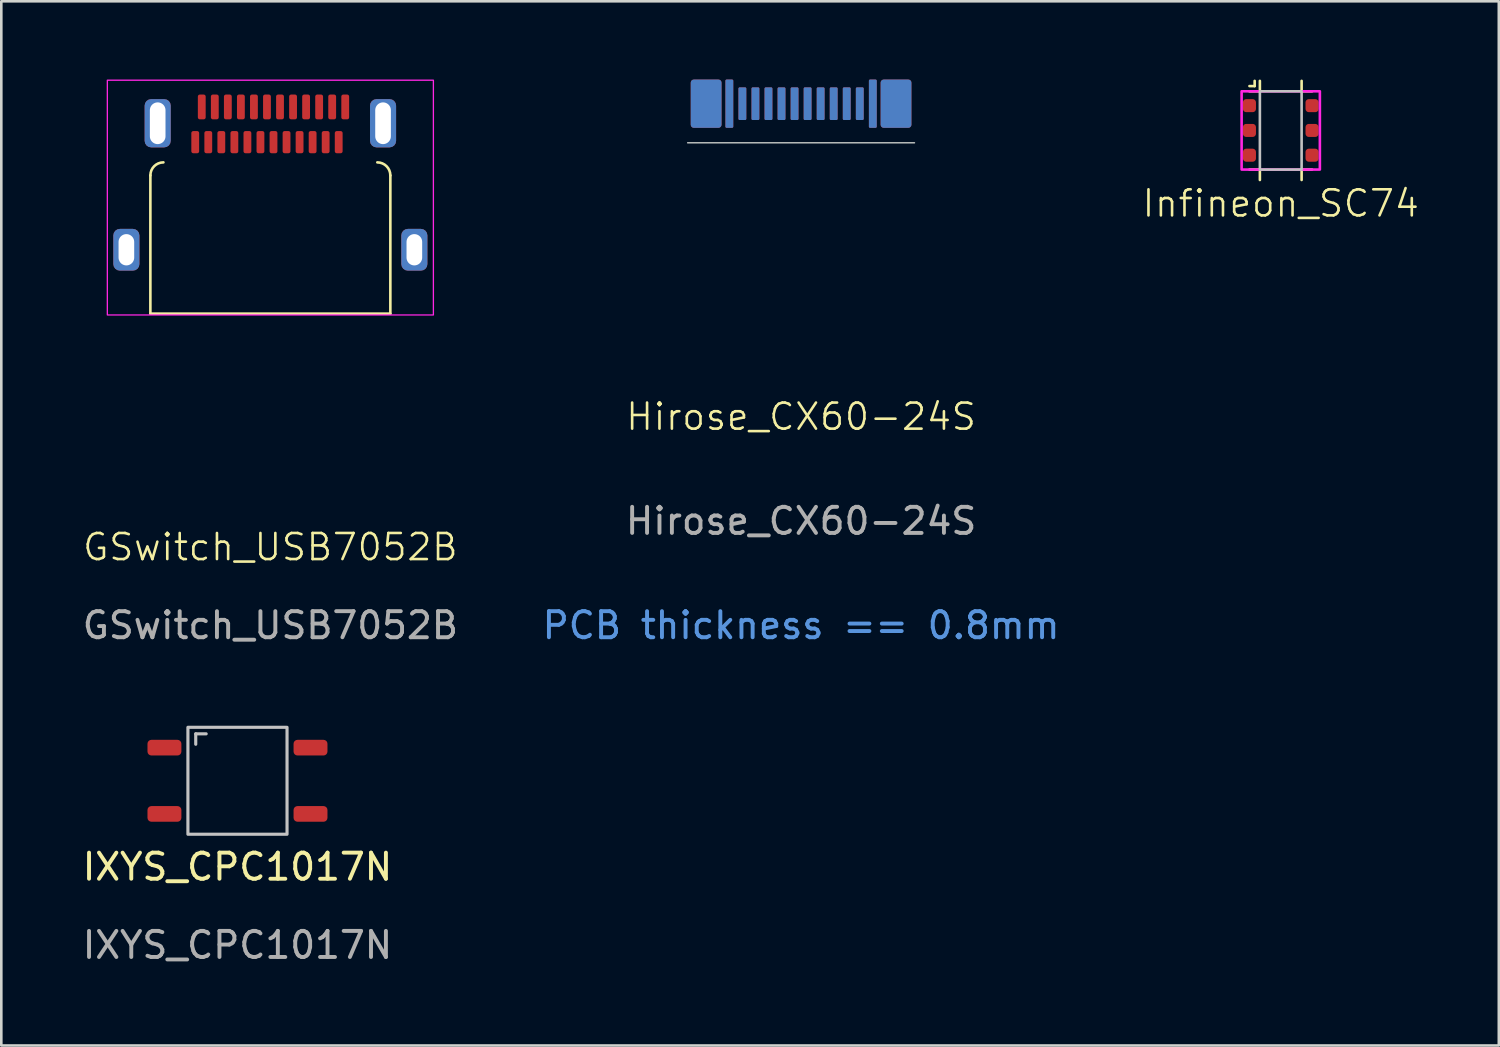
<source format=kicad_pcb>
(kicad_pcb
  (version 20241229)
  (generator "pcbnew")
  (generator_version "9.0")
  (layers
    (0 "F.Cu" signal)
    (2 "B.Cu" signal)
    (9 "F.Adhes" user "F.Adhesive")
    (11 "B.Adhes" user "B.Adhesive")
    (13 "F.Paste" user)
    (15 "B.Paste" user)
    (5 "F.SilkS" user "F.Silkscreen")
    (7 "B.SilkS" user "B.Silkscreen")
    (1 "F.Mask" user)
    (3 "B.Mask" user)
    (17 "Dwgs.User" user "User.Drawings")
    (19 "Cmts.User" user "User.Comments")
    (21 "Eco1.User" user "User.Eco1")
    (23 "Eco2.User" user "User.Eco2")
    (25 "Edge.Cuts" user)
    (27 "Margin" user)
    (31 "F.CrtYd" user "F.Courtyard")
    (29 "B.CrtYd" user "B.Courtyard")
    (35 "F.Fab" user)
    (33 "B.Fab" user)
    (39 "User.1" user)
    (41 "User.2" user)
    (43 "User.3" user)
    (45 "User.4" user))
  (footprint "Hirose_CX60-24S"
    (layer "F.Cu")
    (at 27.661 0.925)
    (property "Reference" "Hirose_CX60-24S" (at 0 12 0) (unlocked yes) (layer "F.SilkS") (effects (font (size 1 1) (thickness 0.1))))
    (attr smd)
    (fp_line (start -4.35 1.5) (end 4.35 1.5) (stroke (width 0.05) (type default)) (layer "Edge.Cuts"))
    (fp_text user "PCB thickness == 0.8mm" (at 0 20 0) (unlocked yes) (layer "Cmts.User") (effects (font (size 1 1) (thickness 0.15))))
    (fp_text user "${REFERENCE}" (at 0 16 0) (unlocked yes) (layer "F.Fab") (effects (font (size 1 1) (thickness 0.15))))
    (pad "A1" smd roundrect (at 2.75 0 90) (size 1.85 0.3) (layers "F.Cu" "F.Mask" "F.Paste") (roundrect_rratio 0.15))
    (pad "A2" smd roundrect (at 2.25 0 90) (size 1.25 0.3) (layers "F.Cu" "F.Mask" "F.Paste") (roundrect_rratio 0.15))
    (pad "A3" smd roundrect (at 1.75 0 90) (size 1.25 0.3) (layers "F.Cu" "F.Mask" "F.Paste") (roundrect_rratio 0.15))
    (pad "A4" smd roundrect (at 1.25 0 90) (size 1.25 0.3) (layers "F.Cu" "F.Mask" "F.Paste") (roundrect_rratio 0.15))
    (pad "A5" smd roundrect (at 0.75 0 90) (size 1.25 0.3) (layers "F.Cu" "F.Mask" "F.Paste") (roundrect_rratio 0.15))
    (pad "A6" smd roundrect (at 0.25 0 90) (size 1.25 0.3) (layers "F.Cu" "F.Mask" "F.Paste") (roundrect_rratio 0.15))
    (pad "A7" smd roundrect (at -0.25 0 90) (size 1.25 0.3) (layers "F.Cu" "F.Mask" "F.Paste") (roundrect_rratio 0.15))
    (pad "A8" smd roundrect (at -0.75 0 90) (size 1.25 0.3) (layers "F.Cu" "F.Mask" "F.Paste") (roundrect_rratio 0.15))
    (pad "A9" smd roundrect (at -1.25 0 90) (size 1.25 0.3) (layers "F.Cu" "F.Mask" "F.Paste") (roundrect_rratio 0.15))
    (pad "A10" smd roundrect (at -1.75 0 90) (size 1.25 0.3) (layers "F.Cu" "F.Mask" "F.Paste") (roundrect_rratio 0.15))
    (pad "A11" smd roundrect (at -2.25 0 90) (size 1.25 0.3) (layers "F.Cu" "F.Mask" "F.Paste") (roundrect_rratio 0.15))
    (pad "A12" smd roundrect (at -2.75 0 90) (size 1.85 0.3) (layers "F.Cu" "F.Mask" "F.Paste") (roundrect_rratio 0.15))
    (pad "B1" smd roundrect (at -2.75 0 270) (size 1.85 0.3) (layers "B.Cu" "B.Mask" "B.Paste") (roundrect_rratio 0.15))
    (pad "B2" smd roundrect (at -2.25 0 270) (size 1.25 0.3) (layers "B.Cu" "B.Mask" "B.Paste") (roundrect_rratio 0.15))
    (pad "B3" smd roundrect (at -1.75 0 270) (size 1.25 0.3) (layers "B.Cu" "B.Mask" "B.Paste") (roundrect_rratio 0.15))
    (pad "B4" smd roundrect (at -1.25 0 270) (size 1.25 0.3) (layers "B.Cu" "B.Mask" "B.Paste") (roundrect_rratio 0.15))
    (pad "B5" smd roundrect (at -0.75 0 270) (size 1.25 0.3) (layers "B.Cu" "B.Mask" "B.Paste") (roundrect_rratio 0.15))
    (pad "B6" smd roundrect (at -0.25 0 270) (size 1.25 0.3) (layers "B.Cu" "B.Mask" "B.Paste") (roundrect_rratio 0.15))
    (pad "B7" smd roundrect (at 0.25 0 270) (size 1.25 0.3) (layers "B.Cu" "B.Mask" "B.Paste") (roundrect_rratio 0.15))
    (pad "B8" smd roundrect (at 0.75 0 270) (size 1.25 0.3) (layers "B.Cu" "B.Mask" "B.Paste") (roundrect_rratio 0.15))
    (pad "B9" smd roundrect (at 1.25 0 270) (size 1.25 0.3) (layers "B.Cu" "B.Mask" "B.Paste") (roundrect_rratio 0.15))
    (pad "B10" smd roundrect (at 1.75 0 270) (size 1.25 0.3) (layers "B.Cu" "B.Mask" "B.Paste") (roundrect_rratio 0.15))
    (pad "B11" smd roundrect (at 2.25 0 270) (size 1.25 0.3) (layers "B.Cu" "B.Mask" "B.Paste") (roundrect_rratio 0.15))
    (pad "B12" smd roundrect (at 2.75 0 270) (size 1.85 0.3) (layers "B.Cu" "B.Mask" "B.Paste") (roundrect_rratio 0.15))
    (pad "S1" smd roundrect (at -3.64 0 90) (size 1.85 1.18) (layers "F.Cu" "F.Mask" "F.Paste") (roundrect_rratio 0.1))
    (pad "S1" smd roundrect (at -3.64 0 270) (size 1.85 1.18) (layers "B.Cu" "B.Mask" "B.Paste") (roundrect_rratio 0.1))
    (pad "S1" smd roundrect (at 3.64 0 90) (size 1.85 1.18) (layers "F.Cu" "F.Mask" "F.Paste") (roundrect_rratio 0.1))
    (pad "S1" smd roundrect (at 3.64 0 270) (size 1.85 1.18) (layers "B.Cu" "B.Mask" "B.Paste") (roundrect_rratio 0.1))
    (zone (net_name "") (layer "Edge.Cuts") (name "ConnectorBody") (hatch edge 0.5) (connect_pads) (min_thickness 0.25) (filled_areas_thickness no) (keepout (tracks not_allowed) (vias not_allowed) (pads not_allowed) (copperpour not_allowed) (footprints not_allowed)) (placement (enabled no)) (fill) (polygon (pts (xy 31.661 2.425) (xy 31.661 10.925) (xy 23.661 10.925) (xy 23.661 2.425)))))
  (footprint "GSwitch_USB7052B"
    (layer "F.Cu")
    (at 7.315 6.525)
    (property "Reference" "GSwitch_USB7052B" (at 0 11.4 0) (unlocked yes) (layer "F.SilkS") (effects (font (size 1 1) (thickness 0.1))))
    (attr through_hole)
    (fp_line (start -4.6 2.45) (end -4.6 -2.85) (stroke (width 0.1) (type default)) (layer "F.SilkS"))
    (fp_line (start 4.6 -2.85) (end 4.6 2.45) (stroke (width 0.1) (type default)) (layer "F.SilkS"))
    (fp_line (start 4.6 2.45) (end -4.6 2.45) (stroke (width 0.1) (type default)) (layer "F.SilkS"))
    (fp_arc (start -4.6 -2.85) (mid -4.453553 -3.203553) (end -4.1 -3.35) (stroke (width 0.1) (type default)) (layer "F.SilkS"))
    (fp_arc (start 4.1 -3.35) (mid 4.453553 -3.203553) (end 4.6 -2.85) (stroke (width 0.1) (type default)) (layer "F.SilkS"))
    (fp_rect (start -6.25 -6.5) (end 6.25 2.5) (stroke (width 0.05) (type default)) (fill no) (layer "F.CrtYd"))
    (fp_text user "${REFERENCE}" (at 0 14.4 0) (unlocked yes) (layer "F.Fab") (effects (font (size 1 1) (thickness 0.15))))
    (pad "A1" smd roundrect (at -2.63 -5.475) (size 0.3 0.95) (layers "F.Cu" "F.Mask" "F.Paste") (roundrect_rratio 0.25))
    (pad "A2" smd roundrect (at -2.13 -5.475) (size 0.3 0.95) (layers "F.Cu" "F.Mask" "F.Paste") (roundrect_rratio 0.25))
    (pad "A3" smd roundrect (at -1.63 -5.475) (size 0.3 0.95) (layers "F.Cu" "F.Mask" "F.Paste") (roundrect_rratio 0.25))
    (pad "A4" smd roundrect (at -1.13 -5.475) (size 0.3 0.95) (layers "F.Cu" "F.Mask" "F.Paste") (roundrect_rratio 0.25))
    (pad "A5" smd roundrect (at -0.63 -5.475) (size 0.3 0.95) (layers "F.Cu" "F.Mask" "F.Paste") (roundrect_rratio 0.25))
    (pad "A6" smd roundrect (at -0.13 -5.475) (size 0.3 0.95) (layers "F.Cu" "F.Mask" "F.Paste") (roundrect_rratio 0.25))
    (pad "A7" smd roundrect (at 0.37 -5.475) (size 0.3 0.95) (layers "F.Cu" "F.Mask" "F.Paste") (roundrect_rratio 0.25))
    (pad "A8" smd roundrect (at 0.87 -5.475) (size 0.3 0.95) (layers "F.Cu" "F.Mask" "F.Paste") (roundrect_rratio 0.25))
    (pad "A9" smd roundrect (at 1.37 -5.475) (size 0.3 0.95) (layers "F.Cu" "F.Mask" "F.Paste") (roundrect_rratio 0.25))
    (pad "A10" smd roundrect (at 1.87 -5.475) (size 0.3 0.95) (layers "F.Cu" "F.Mask" "F.Paste") (roundrect_rratio 0.25))
    (pad "A11" smd roundrect (at 2.37 -5.475) (size 0.3 0.95) (layers "F.Cu" "F.Mask" "F.Paste") (roundrect_rratio 0.25))
    (pad "A12" smd roundrect (at 2.87 -5.475) (size 0.3 0.95) (layers "F.Cu" "F.Mask" "F.Paste") (roundrect_rratio 0.25))
    (pad "B1" smd roundrect (at 2.62 -4.125) (size 0.3 0.85) (layers "F.Cu" "F.Mask" "F.Paste") (roundrect_rratio 0.25))
    (pad "B2" smd roundrect (at 2.12 -4.125) (size 0.3 0.85) (layers "F.Cu" "F.Mask" "F.Paste") (roundrect_rratio 0.25))
    (pad "B3" smd roundrect (at 1.62 -4.125) (size 0.3 0.85) (layers "F.Cu" "F.Mask" "F.Paste") (roundrect_rratio 0.25))
    (pad "B4" smd roundrect (at 1.12 -4.125) (size 0.3 0.85) (layers "F.Cu" "F.Mask" "F.Paste") (roundrect_rratio 0.25))
    (pad "B5" smd roundrect (at 0.62 -4.125) (size 0.3 0.85) (layers "F.Cu" "F.Mask" "F.Paste") (roundrect_rratio 0.25))
    (pad "B6" smd roundrect (at 0.12 -4.125) (size 0.3 0.85) (layers "F.Cu" "F.Mask" "F.Paste") (roundrect_rratio 0.25))
    (pad "B7" smd roundrect (at -0.38 -4.125) (size 0.3 0.85) (layers "F.Cu" "F.Mask" "F.Paste") (roundrect_rratio 0.25))
    (pad "B8" smd roundrect (at -0.88 -4.125) (size 0.3 0.85) (layers "F.Cu" "F.Mask" "F.Paste") (roundrect_rratio 0.25))
    (pad "B9" smd roundrect (at -1.38 -4.125) (size 0.3 0.85) (layers "F.Cu" "F.Mask" "F.Paste") (roundrect_rratio 0.25))
    (pad "B10" smd roundrect (at -1.88 -4.125) (size 0.3 0.85) (layers "F.Cu" "F.Mask" "F.Paste") (roundrect_rratio 0.25))
    (pad "B11" smd roundrect (at -2.38 -4.125) (size 0.3 0.85) (layers "F.Cu" "F.Mask" "F.Paste") (roundrect_rratio 0.25))
    (pad "B12" smd roundrect (at -2.88 -4.125) (size 0.3 0.85) (layers "F.Cu" "F.Mask" "F.Paste") (roundrect_rratio 0.25))
    (pad "S1" thru_hole roundrect (at -5.52 0 90) (size 1.6 1) (drill oval 1.2 0.6) (layers "*.Cu" "*.Mask") (roundrect_rratio 0.25))
    (pad "S1" thru_hole roundrect (at -4.32 -4.85 90) (size 1.85 1) (drill oval 1.6 0.6) (layers "*.Cu" "*.Mask") (roundrect_rratio 0.25))
    (pad "S1" thru_hole roundrect (at 4.32 -4.85 90) (size 1.85 1) (drill oval 1.6 0.6) (layers "*.Cu" "*.Mask") (roundrect_rratio 0.25))
    (pad "S1" thru_hole roundrect (at 5.52 0 90) (size 1.6 1) (drill oval 1.2 0.6) (layers "*.Cu" "*.Mask") (roundrect_rratio 0.25)))
  (footprint "IXYS_CPC1017N"
    (layer "F.Cu")
    (at 6.054 26.883)
    (property "Reference" "IXYS_CPC1017N" (at 0 3.3 0) (unlocked yes) (layer "F.SilkS") (effects (font (size 1 1) (thickness 0.15))))
    (attr smd)
    (fp_line (start -1.6 -1.8) (end -1.2 -1.8) (stroke (width 0.12) (type solid)) (layer "Dwgs.User"))
    (fp_line (start -1.6 -1.4) (end -1.6 -1.8) (stroke (width 0.12) (type solid)) (layer "Dwgs.User"))
    (fp_rect (start -1.9 2.05) (end 1.9 -2.05) (stroke (width 0.12) (type solid)) (fill no) (layer "Dwgs.User"))
    (fp_text user "${REFERENCE}" (at 0 6.3 0) (unlocked yes) (layer "F.Fab") (effects (font (size 1 1) (thickness 0.15))))
    (pad "1" smd roundrect (at -2.8 -1.27 90) (size 0.6 1.3) (layers "F.Cu" "F.Mask" "F.Paste") (roundrect_rratio 0.25))
    (pad "2" smd roundrect (at -2.8 1.27 90) (size 0.6 1.3) (layers "F.Cu" "F.Mask" "F.Paste") (roundrect_rratio 0.25))
    (pad "3" smd roundrect (at 2.8 1.27 90) (size 0.6 1.3) (layers "F.Cu" "F.Mask" "F.Paste") (roundrect_rratio 0.25))
    (pad "4" smd roundrect (at 2.8 -1.27 90) (size 0.6 1.3) (layers "F.Cu" "F.Mask" "F.Paste") (roundrect_rratio 0.25)))
  (footprint "Infineon_SC74"
    (layer "F.Cu")
    (at 46.05 1.95)
    (property "Reference" "Infineon_SC74" (at 0 2.8 0) (unlocked yes) (layer "F.SilkS") (effects (font (size 1 1) (thickness 0.1))))
    (attr smd)
    (fp_line (start -1.2 -1.7) (end -1 -1.7) (stroke (width 0.1) (type default)) (layer "F.SilkS"))
    (fp_line (start -1 -1.7) (end -1 -1.9) (stroke (width 0.1) (type default)) (layer "F.SilkS"))
    (fp_line (start -0.8 -1.5) (end -1.2 -1.5) (stroke (width 0.1) (type default)) (layer "F.SilkS"))
    (fp_line (start -0.8 -1.5) (end -0.8 -1.9) (stroke (width 0.1) (type default)) (layer "F.SilkS"))
    (fp_line (start -0.8 1.5) (end -1.2 1.5) (stroke (width 0.1) (type default)) (layer "F.SilkS"))
    (fp_line (start -0.8 1.5) (end -0.8 1.9) (stroke (width 0.1) (type default)) (layer "F.SilkS"))
    (fp_line (start 0.8 -1.5) (end 0.8 -1.9) (stroke (width 0.1) (type default)) (layer "F.SilkS"))
    (fp_line (start 0.8 -1.5) (end 1.2 -1.5) (stroke (width 0.1) (type default)) (layer "F.SilkS"))
    (fp_line (start 0.8 1.5) (end 0.8 1.9) (stroke (width 0.1) (type default)) (layer "F.SilkS"))
    (fp_line (start 0.8 1.5) (end 1.2 1.5) (stroke (width 0.1) (type default)) (layer "F.SilkS"))
    (fp_rect (start -0.8 -1.5) (end 0.8 1.5) (stroke (width 0.1) (type default)) (fill no) (layer "Dwgs.User"))
    (fp_rect (start -1.5 -1.5) (end 1.5 1.5) (stroke (width 0.1) (type default)) (fill no) (layer "F.CrtYd"))
    (pad "1" smd roundrect (at -1.2 -0.95) (size 0.5 0.5) (layers "F.Cu" "F.Mask" "F.Paste") (roundrect_rratio 0.25))
    (pad "2" smd roundrect (at -1.2 0) (size 0.5 0.5) (layers "F.Cu" "F.Mask" "F.Paste") (roundrect_rratio 0.25))
    (pad "3" smd roundrect (at -1.2 0.95) (size 0.5 0.5) (layers "F.Cu" "F.Mask" "F.Paste") (roundrect_rratio 0.25))
    (pad "4" smd roundrect (at 1.2 0.95) (size 0.5 0.5) (layers "F.Cu" "F.Mask" "F.Paste") (roundrect_rratio 0.25))
    (pad "5" smd roundrect (at 1.2 0) (size 0.5 0.5) (layers "F.Cu" "F.Mask" "F.Paste") (roundrect_rratio 0.25))
    (pad "6" smd roundrect (at 1.2 -0.95) (size 0.5 0.5) (layers "F.Cu" "F.Mask" "F.Paste") (roundrect_rratio 0.25)))
  (gr_rect
    (start -3 -3)
    (end 54.41 37.032)
    (stroke (width 0.1) (type default))
    (fill no)
    (layer "Edge.Cuts")))
</source>
